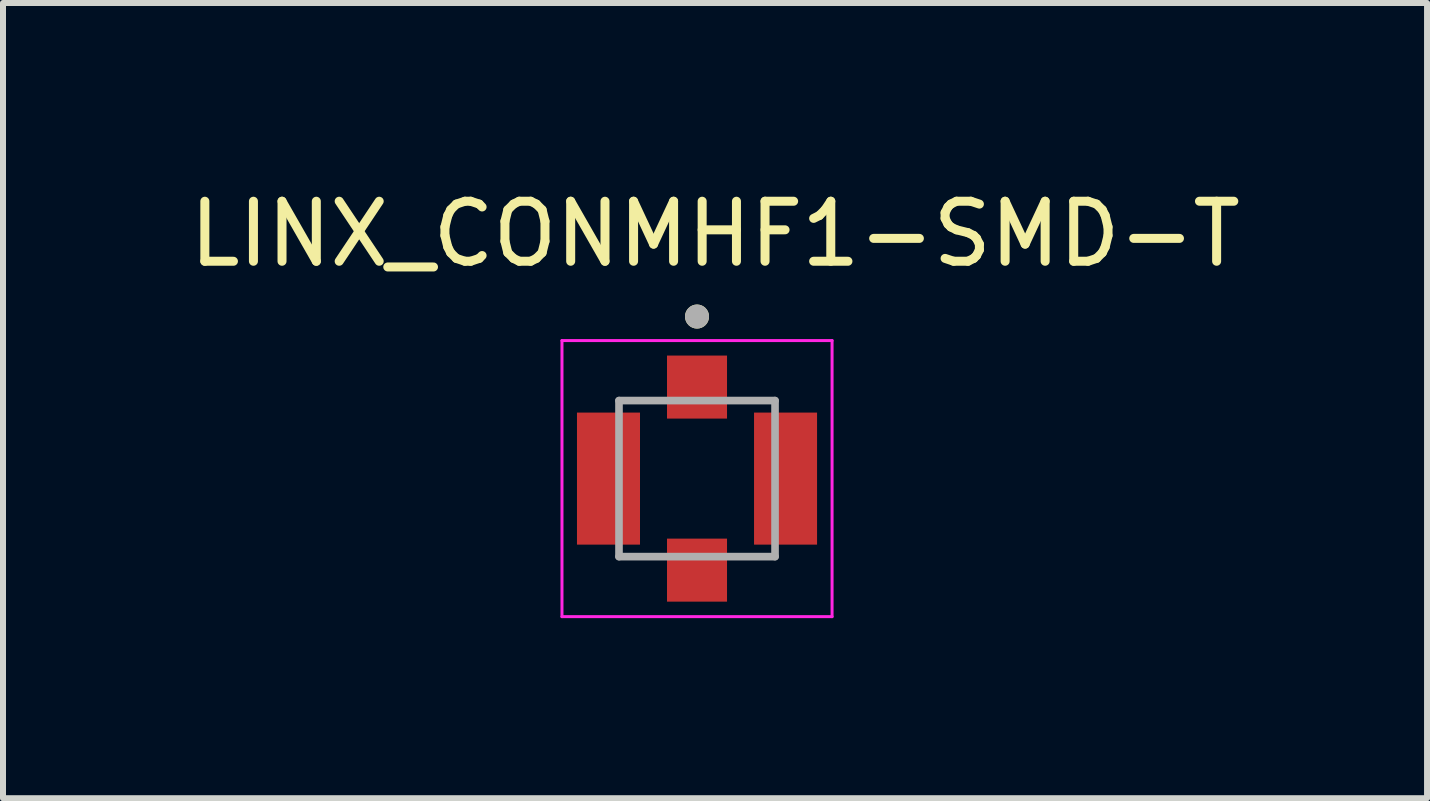
<source format=kicad_pcb>
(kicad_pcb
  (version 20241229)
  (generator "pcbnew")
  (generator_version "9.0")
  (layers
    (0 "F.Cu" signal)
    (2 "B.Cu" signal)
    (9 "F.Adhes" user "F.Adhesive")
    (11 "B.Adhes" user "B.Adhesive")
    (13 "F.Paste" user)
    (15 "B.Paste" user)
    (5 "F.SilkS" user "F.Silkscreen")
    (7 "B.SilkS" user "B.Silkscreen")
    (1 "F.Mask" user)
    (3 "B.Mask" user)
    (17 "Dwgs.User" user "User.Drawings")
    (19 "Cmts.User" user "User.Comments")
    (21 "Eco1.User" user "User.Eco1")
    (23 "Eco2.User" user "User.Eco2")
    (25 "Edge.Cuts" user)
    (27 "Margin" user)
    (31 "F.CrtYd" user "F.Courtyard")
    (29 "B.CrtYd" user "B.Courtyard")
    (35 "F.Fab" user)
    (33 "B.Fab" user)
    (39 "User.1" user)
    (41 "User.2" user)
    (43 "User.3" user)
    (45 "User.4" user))
  (footprint "LINX_CONMHF1-SMD-T"
    (layer "F.Cu")
    (at 8.563 4.924)
    (property "Reference" "LINX_CONMHF1-SMD-T" (at 0.3 -4.076 0) (layer "F.SilkS") (effects (font (size 1 1) (thickness 0.15))))
    (attr smd)
    (fp_circle (center 0 -2.7) (end 0.1 -2.7) (stroke (width 0.2) (type solid)) (fill no) (layer "F.SilkS"))
    (fp_line (start -2.25 -2.3) (end -2.25 2.3) (stroke (width 0.05) (type solid)) (layer "F.CrtYd"))
    (fp_line (start -2.25 2.3) (end 2.25 2.3) (stroke (width 0.05) (type solid)) (layer "F.CrtYd"))
    (fp_line (start 2.25 -2.3) (end -2.25 -2.3) (stroke (width 0.05) (type solid)) (layer "F.CrtYd"))
    (fp_line (start 2.25 2.3) (end 2.25 -2.3) (stroke (width 0.05) (type solid)) (layer "F.CrtYd"))
    (fp_line (start -1.3 -1.3) (end -1.3 1.3) (stroke (width 0.127) (type solid)) (layer "F.Fab"))
    (fp_line (start -1.3 1.3) (end 1.3 1.3) (stroke (width 0.127) (type solid)) (layer "F.Fab"))
    (fp_line (start 1.3 -1.3) (end -1.3 -1.3) (stroke (width 0.127) (type solid)) (layer "F.Fab"))
    (fp_line (start 1.3 1.3) (end 1.3 -1.3) (stroke (width 0.127) (type solid)) (layer "F.Fab"))
    (fp_circle (center 0 -2.7) (end 0.1 -2.7) (stroke (width 0.2) (type solid)) (fill no) (layer "F.Fab"))
    (pad "1" smd rect (at 0 -1.525) (size 1 1.05) (layers "F.Cu" "F.Mask" "F.Paste"))
    (pad "S1" smd rect (at -1.475 0) (size 1.05 2.2) (layers "F.Cu" "F.Mask" "F.Paste"))
    (pad "S2" smd rect (at 0 1.525) (size 1 1.05) (layers "F.Cu" "F.Mask" "F.Paste"))
    (pad "S3" smd rect (at 1.475 0) (size 1.05 2.2) (layers "F.Cu" "F.Mask" "F.Paste"))
    (zone (net_name "") (layer "F.Cu") (hatch full 0.508) (connect_pads) (min_thickness 0.01) (filled_areas_thickness no) (keepout (tracks not_allowed) (vias not_allowed) (pads not_allowed) (copperpour not_allowed) (footprints allowed)) (placement (enabled no)) (fill) (polygon (pts (xy 7.613 3.924) (xy 9.513 3.924) (xy 9.513 5.924) (xy 7.613 5.924))))
    (zone (net_name "") (layers "F.Cu" "B.Cu") (hatch full 0.508) (connect_pads) (min_thickness 0.01) (filled_areas_thickness no) (keepout (tracks allowed) (vias not_allowed) (pads allowed) (copperpour allowed) (footprints allowed)) (placement (enabled no)) (fill) (polygon (pts (xy 7.613 3.924) (xy 9.513 3.924) (xy 9.513 5.924) (xy 7.613 5.924))))
    (zone (net_name "") (layer "B.Cu") (hatch full 0.508) (connect_pads) (min_thickness 0.01) (filled_areas_thickness no) (keepout (tracks not_allowed) (vias not_allowed) (pads not_allowed) (copperpour not_allowed) (footprints allowed)) (placement (enabled no)) (fill) (polygon (pts (xy 7.613 3.924) (xy 9.513 3.924) (xy 9.513 5.924) (xy 7.613 5.924)))))
  (gr_rect
    (start -3 -3)
    (end 20.726 10.249)
    (stroke (width 0.1) (type default))
    (fill no)
    (layer "Edge.Cuts")))
</source>
